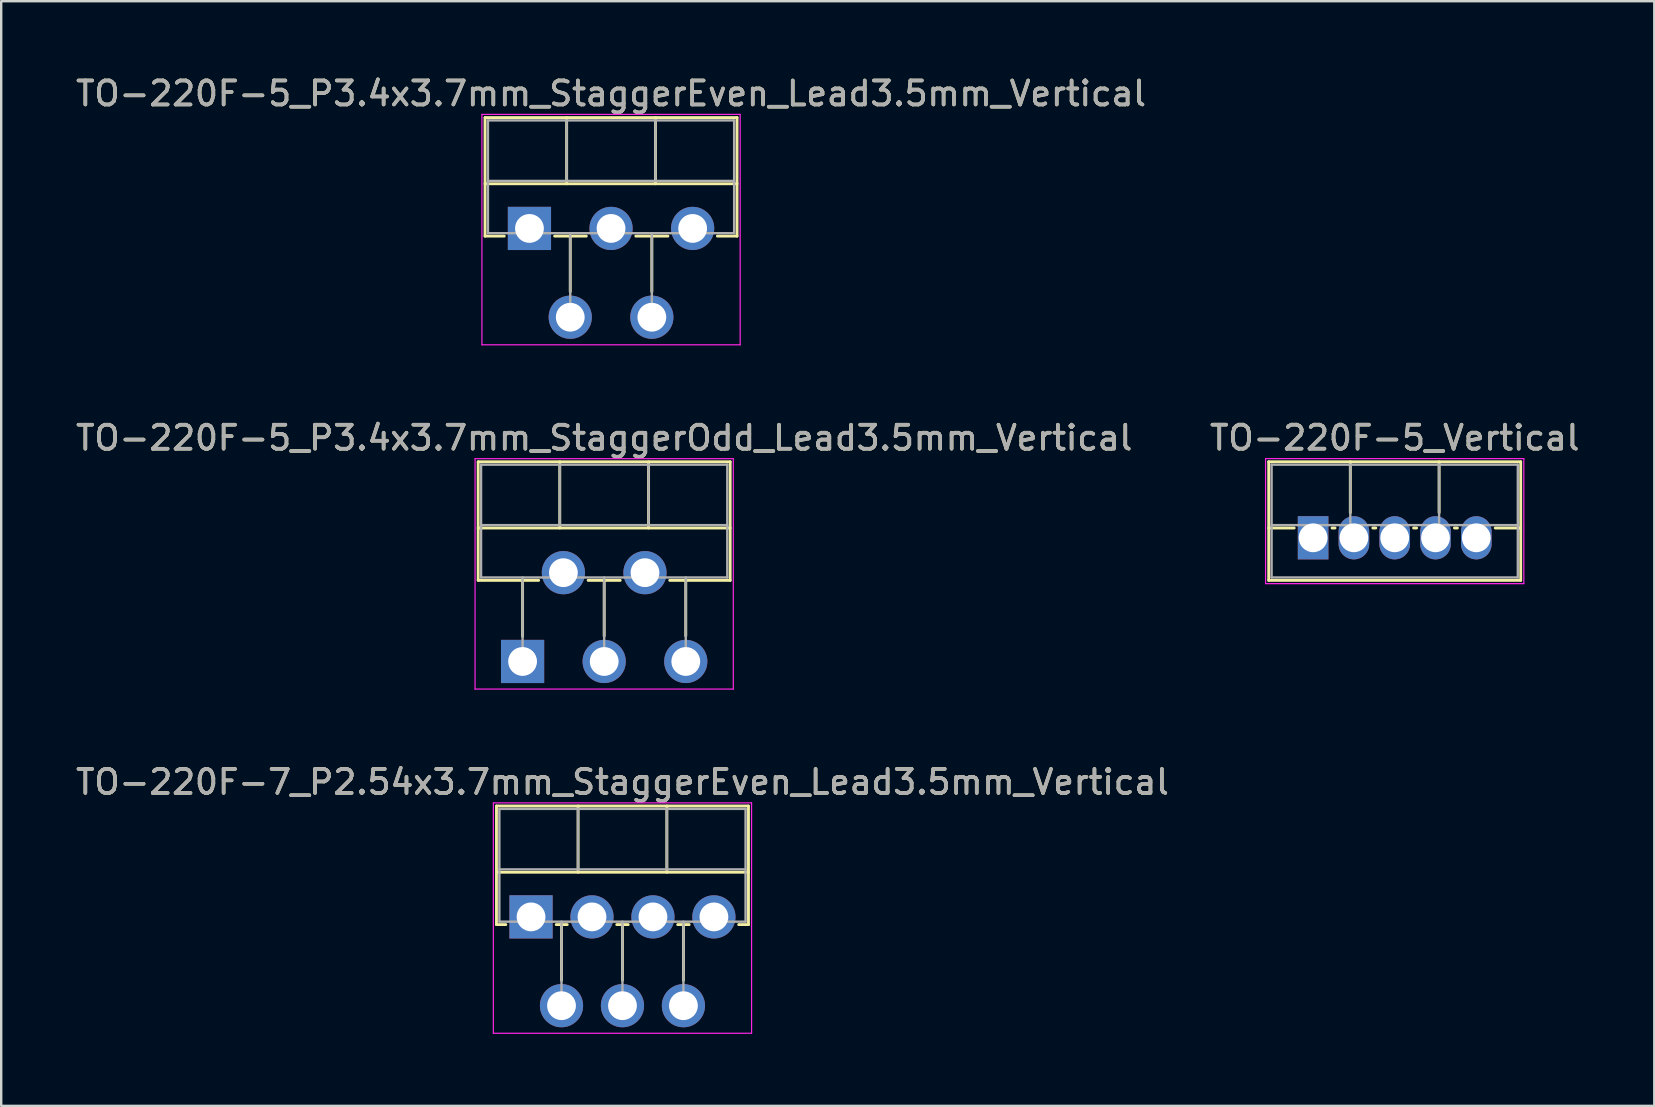
<source format=kicad_pcb>
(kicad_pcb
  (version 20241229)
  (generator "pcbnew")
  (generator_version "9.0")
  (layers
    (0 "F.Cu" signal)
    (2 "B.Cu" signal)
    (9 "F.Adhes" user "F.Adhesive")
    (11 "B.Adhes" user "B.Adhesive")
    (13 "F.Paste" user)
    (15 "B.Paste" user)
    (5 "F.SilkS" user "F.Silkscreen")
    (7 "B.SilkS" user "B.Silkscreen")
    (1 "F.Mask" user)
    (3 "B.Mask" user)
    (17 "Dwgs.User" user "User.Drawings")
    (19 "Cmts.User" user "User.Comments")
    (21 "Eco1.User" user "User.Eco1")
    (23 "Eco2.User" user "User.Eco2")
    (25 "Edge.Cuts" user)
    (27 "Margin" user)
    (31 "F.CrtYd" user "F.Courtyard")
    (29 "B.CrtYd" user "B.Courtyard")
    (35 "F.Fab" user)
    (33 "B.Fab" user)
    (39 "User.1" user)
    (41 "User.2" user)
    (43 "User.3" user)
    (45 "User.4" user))
  (footprint "TO-220F-5_P3.4x3.7mm_StaggerEven_Lead3.5mm_Vertical"
    (layer "F.Cu")
    (at 19.011 6.468)
    (property "Reference" "TO-220F-5_P3.4x3.7mm_StaggerEven_Lead3.5mm_Vertical" (at 3.4 -5.62 0) (layer "F.SilkS") (effects (font (size 1 1) (thickness 0.15))))
    (attr through_hole)
    (fp_line (start -1.85 -4.62) (end -1.85 0.321) (stroke (width 0.12) (type solid)) (layer "F.SilkS"))
    (fp_line (start -1.85 -4.62) (end 8.65 -4.62) (stroke (width 0.12) (type solid)) (layer "F.SilkS"))
    (fp_line (start -1.85 -1.861) (end 8.65 -1.861) (stroke (width 0.12) (type solid)) (layer "F.SilkS"))
    (fp_line (start -1.85 0.321) (end -1.05 0.321) (stroke (width 0.12) (type solid)) (layer "F.SilkS"))
    (fp_line (start 1.05 0.321) (end 2.369 0.321) (stroke (width 0.12) (type solid)) (layer "F.SilkS"))
    (fp_line (start 1.55 -4.62) (end 1.55 -1.861) (stroke (width 0.12) (type solid)) (layer "F.SilkS"))
    (fp_line (start 1.7 0.321) (end 1.7 2.635) (stroke (width 0.12) (type solid)) (layer "F.SilkS"))
    (fp_line (start 4.432 0.321) (end 5.769 0.321) (stroke (width 0.12) (type solid)) (layer "F.SilkS"))
    (fp_line (start 5.1 0.321) (end 5.1 2.635) (stroke (width 0.12) (type solid)) (layer "F.SilkS"))
    (fp_line (start 5.25 -4.62) (end 5.25 -1.861) (stroke (width 0.12) (type solid)) (layer "F.SilkS"))
    (fp_line (start 7.832 0.321) (end 8.65 0.321) (stroke (width 0.12) (type solid)) (layer "F.SilkS"))
    (fp_line (start 8.65 -4.62) (end 8.65 0.321) (stroke (width 0.12) (type solid)) (layer "F.SilkS"))
    (fp_line (start -1.98 -4.75) (end -1.98 4.85) (stroke (width 0.05) (type solid)) (layer "F.CrtYd"))
    (fp_line (start -1.98 4.85) (end 8.78 4.85) (stroke (width 0.05) (type solid)) (layer "F.CrtYd"))
    (fp_line (start 8.78 -4.75) (end -1.98 -4.75) (stroke (width 0.05) (type solid)) (layer "F.CrtYd"))
    (fp_line (start 8.78 4.85) (end 8.78 -4.75) (stroke (width 0.05) (type solid)) (layer "F.CrtYd"))
    (fp_line (start -1.73 -4.5) (end -1.73 0.2) (stroke (width 0.1) (type solid)) (layer "F.Fab"))
    (fp_line (start -1.73 -1.98) (end 8.53 -1.98) (stroke (width 0.1) (type solid)) (layer "F.Fab"))
    (fp_line (start -1.73 0.2) (end 8.53 0.2) (stroke (width 0.1) (type solid)) (layer "F.Fab"))
    (fp_line (start 1.55 -4.5) (end 1.55 -1.98) (stroke (width 0.1) (type solid)) (layer "F.Fab"))
    (fp_line (start 1.7 0.2) (end 1.7 3.7) (stroke (width 0.1) (type solid)) (layer "F.Fab"))
    (fp_line (start 5.1 0.2) (end 5.1 3.7) (stroke (width 0.1) (type solid)) (layer "F.Fab"))
    (fp_line (start 5.25 -4.5) (end 5.25 -1.98) (stroke (width 0.1) (type solid)) (layer "F.Fab"))
    (fp_line (start 8.53 -4.5) (end -1.73 -4.5) (stroke (width 0.1) (type solid)) (layer "F.Fab"))
    (fp_line (start 8.53 0.2) (end 8.53 -4.5) (stroke (width 0.1) (type solid)) (layer "F.Fab"))
    (fp_text user "${REFERENCE}" (at 3.4 -5.62 0) (layer "F.Fab") (effects (font (size 1 1) (thickness 0.15))))
    (pad "1" thru_hole rect (at 0 0) (size 1.8 1.8) (drill 1.2) (layers "*.Cu" "*.Mask"))
    (pad "2" thru_hole oval (at 1.7 3.7) (size 1.8 1.8) (drill 1.2) (layers "*.Cu" "*.Mask"))
    (pad "3" thru_hole oval (at 3.4 0) (size 1.8 1.8) (drill 1.2) (layers "*.Cu" "*.Mask"))
    (pad "4" thru_hole oval (at 5.1 3.7) (size 1.8 1.8) (drill 1.2) (layers "*.Cu" "*.Mask"))
    (pad "5" thru_hole oval (at 6.8 0) (size 1.8 1.8) (drill 1.2) (layers "*.Cu" "*.Mask")))
  (footprint "TO-220F-7_P2.54x3.7mm_StaggerEven_Lead3.5mm_Vertical"
    (layer "F.Cu")
    (at 19.077 35.155)
    (property "Reference" "TO-220F-7_P2.54x3.7mm_StaggerEven_Lead3.5mm_Vertical" (at 3.81 -5.62 0) (layer "F.SilkS") (effects (font (size 1 1) (thickness 0.15))))
    (attr through_hole)
    (fp_line (start -1.44 -4.62) (end -1.44 0.321) (stroke (width 0.12) (type solid)) (layer "F.SilkS"))
    (fp_line (start -1.44 -4.62) (end 9.06 -4.62) (stroke (width 0.12) (type solid)) (layer "F.SilkS"))
    (fp_line (start -1.44 -1.861) (end 9.06 -1.861) (stroke (width 0.12) (type solid)) (layer "F.SilkS"))
    (fp_line (start -1.44 0.321) (end -1.05 0.321) (stroke (width 0.12) (type solid)) (layer "F.SilkS"))
    (fp_line (start 1.05 0.321) (end 1.509 0.321) (stroke (width 0.12) (type solid)) (layer "F.SilkS"))
    (fp_line (start 1.27 0.321) (end 1.27 2.635) (stroke (width 0.12) (type solid)) (layer "F.SilkS"))
    (fp_line (start 1.96 -4.62) (end 1.96 -1.861) (stroke (width 0.12) (type solid)) (layer "F.SilkS"))
    (fp_line (start 3.572 0.321) (end 4.049 0.321) (stroke (width 0.12) (type solid)) (layer "F.SilkS"))
    (fp_line (start 3.81 0.321) (end 3.81 2.635) (stroke (width 0.12) (type solid)) (layer "F.SilkS"))
    (fp_line (start 5.66 -4.62) (end 5.66 -1.861) (stroke (width 0.12) (type solid)) (layer "F.SilkS"))
    (fp_line (start 6.112 0.321) (end 6.589 0.321) (stroke (width 0.12) (type solid)) (layer "F.SilkS"))
    (fp_line (start 6.35 0.321) (end 6.35 2.635) (stroke (width 0.12) (type solid)) (layer "F.SilkS"))
    (fp_line (start 8.652 0.321) (end 9.06 0.321) (stroke (width 0.12) (type solid)) (layer "F.SilkS"))
    (fp_line (start 9.06 -4.62) (end 9.06 0.321) (stroke (width 0.12) (type solid)) (layer "F.SilkS"))
    (fp_line (start -1.57 -4.75) (end -1.57 4.85) (stroke (width 0.05) (type solid)) (layer "F.CrtYd"))
    (fp_line (start -1.57 4.85) (end 9.19 4.85) (stroke (width 0.05) (type solid)) (layer "F.CrtYd"))
    (fp_line (start 9.19 -4.75) (end -1.57 -4.75) (stroke (width 0.05) (type solid)) (layer "F.CrtYd"))
    (fp_line (start 9.19 4.85) (end 9.19 -4.75) (stroke (width 0.05) (type solid)) (layer "F.CrtYd"))
    (fp_line (start -1.32 -4.5) (end -1.32 0.2) (stroke (width 0.1) (type solid)) (layer "F.Fab"))
    (fp_line (start -1.32 -1.98) (end 8.94 -1.98) (stroke (width 0.1) (type solid)) (layer "F.Fab"))
    (fp_line (start -1.32 0.2) (end 8.94 0.2) (stroke (width 0.1) (type solid)) (layer "F.Fab"))
    (fp_line (start 1.27 0.2) (end 1.27 3.7) (stroke (width 0.1) (type solid)) (layer "F.Fab"))
    (fp_line (start 1.96 -4.5) (end 1.96 -1.98) (stroke (width 0.1) (type solid)) (layer "F.Fab"))
    (fp_line (start 3.81 0.2) (end 3.81 3.7) (stroke (width 0.1) (type solid)) (layer "F.Fab"))
    (fp_line (start 5.66 -4.5) (end 5.66 -1.98) (stroke (width 0.1) (type solid)) (layer "F.Fab"))
    (fp_line (start 6.35 0.2) (end 6.35 3.7) (stroke (width 0.1) (type solid)) (layer "F.Fab"))
    (fp_line (start 8.94 -4.5) (end -1.32 -4.5) (stroke (width 0.1) (type solid)) (layer "F.Fab"))
    (fp_line (start 8.94 0.2) (end 8.94 -4.5) (stroke (width 0.1) (type solid)) (layer "F.Fab"))
    (fp_text user "${REFERENCE}" (at 3.81 -5.62 0) (layer "F.Fab") (effects (font (size 1 1) (thickness 0.15))))
    (pad "1" thru_hole rect (at 0 0) (size 1.8 1.8) (drill 1.2) (layers "*.Cu" "*.Mask"))
    (pad "2" thru_hole oval (at 1.27 3.7) (size 1.8 1.8) (drill 1.2) (layers "*.Cu" "*.Mask"))
    (pad "3" thru_hole oval (at 2.54 0) (size 1.8 1.8) (drill 1.2) (layers "*.Cu" "*.Mask"))
    (pad "4" thru_hole oval (at 3.81 3.7) (size 1.8 1.8) (drill 1.2) (layers "*.Cu" "*.Mask"))
    (pad "5" thru_hole oval (at 5.08 0) (size 1.8 1.8) (drill 1.2) (layers "*.Cu" "*.Mask"))
    (pad "6" thru_hole oval (at 6.35 3.7) (size 1.8 1.8) (drill 1.2) (layers "*.Cu" "*.Mask"))
    (pad "7" thru_hole oval (at 7.62 0) (size 1.8 1.8) (drill 1.2) (layers "*.Cu" "*.Mask")))
  (footprint "TO-220F-5_Vertical"
    (layer "F.Cu")
    (at 51.665 19.359)
    (property "Reference" "TO-220F-5_Vertical" (at 3.4 -4.168 0) (layer "F.SilkS") (effects (font (size 1 1) (thickness 0.15))))
    (attr through_hole)
    (fp_line (start -1.85 -3.168) (end -1.85 1.773) (stroke (width 0.12) (type solid)) (layer "F.SilkS"))
    (fp_line (start -1.85 -3.168) (end 8.65 -3.168) (stroke (width 0.12) (type solid)) (layer "F.SilkS"))
    (fp_line (start -1.85 -0.408) (end -0.788 -0.408) (stroke (width 0.12) (type solid)) (layer "F.SilkS"))
    (fp_line (start -1.85 1.773) (end 8.65 1.773) (stroke (width 0.12) (type solid)) (layer "F.SilkS"))
    (fp_line (start 0.788 -0.408) (end 0.913 -0.408) (stroke (width 0.12) (type solid)) (layer "F.SilkS"))
    (fp_line (start 1.55 -3.168) (end 1.55 -1.05) (stroke (width 0.12) (type solid)) (layer "F.SilkS"))
    (fp_line (start 2.488 -0.408) (end 2.613 -0.408) (stroke (width 0.12) (type solid)) (layer "F.SilkS"))
    (fp_line (start 4.188 -0.408) (end 4.313 -0.408) (stroke (width 0.12) (type solid)) (layer "F.SilkS"))
    (fp_line (start 5.25 -3.168) (end 5.25 -1.05) (stroke (width 0.12) (type solid)) (layer "F.SilkS"))
    (fp_line (start 5.888 -0.408) (end 6.013 -0.408) (stroke (width 0.12) (type solid)) (layer "F.SilkS"))
    (fp_line (start 7.588 -0.408) (end 8.65 -0.408) (stroke (width 0.12) (type solid)) (layer "F.SilkS"))
    (fp_line (start 8.65 -3.168) (end 8.65 1.773) (stroke (width 0.12) (type solid)) (layer "F.SilkS"))
    (fp_line (start -1.98 -3.3) (end -1.98 1.91) (stroke (width 0.05) (type solid)) (layer "F.CrtYd"))
    (fp_line (start -1.98 1.91) (end 8.78 1.91) (stroke (width 0.05) (type solid)) (layer "F.CrtYd"))
    (fp_line (start 8.78 -3.3) (end -1.98 -3.3) (stroke (width 0.05) (type solid)) (layer "F.CrtYd"))
    (fp_line (start 8.78 1.91) (end 8.78 -3.3) (stroke (width 0.05) (type solid)) (layer "F.CrtYd"))
    (fp_line (start -1.73 -3.047) (end -1.73 1.653) (stroke (width 0.1) (type solid)) (layer "F.Fab"))
    (fp_line (start -1.73 -0.527) (end 8.53 -0.527) (stroke (width 0.1) (type solid)) (layer "F.Fab"))
    (fp_line (start -1.73 1.653) (end 8.53 1.653) (stroke (width 0.1) (type solid)) (layer "F.Fab"))
    (fp_line (start 1.55 -3.047) (end 1.55 -0.527) (stroke (width 0.1) (type solid)) (layer "F.Fab"))
    (fp_line (start 5.25 -3.047) (end 5.25 -0.527) (stroke (width 0.1) (type solid)) (layer "F.Fab"))
    (fp_line (start 8.53 -3.047) (end -1.73 -3.047) (stroke (width 0.1) (type solid)) (layer "F.Fab"))
    (fp_line (start 8.53 1.653) (end 8.53 -3.047) (stroke (width 0.1) (type solid)) (layer "F.Fab"))
    (fp_text user "${REFERENCE}" (at 3.4 -4.168 0) (layer "F.Fab") (effects (font (size 1 1) (thickness 0.15))))
    (pad "1" thru_hole rect (at 0 0) (size 1.275 1.8) (drill 1.2) (layers "*.Cu" "*.Mask"))
    (pad "2" thru_hole oval (at 1.7 0) (size 1.275 1.8) (drill 1.2) (layers "*.Cu" "*.Mask"))
    (pad "3" thru_hole oval (at 3.4 0) (size 1.275 1.8) (drill 1.2) (layers "*.Cu" "*.Mask"))
    (pad "4" thru_hole oval (at 5.1 0) (size 1.275 1.8) (drill 1.2) (layers "*.Cu" "*.Mask"))
    (pad "5" thru_hole oval (at 6.8 0) (size 1.275 1.8) (drill 1.2) (layers "*.Cu" "*.Mask")))
  (footprint "TO-220F-5_P3.4x3.7mm_StaggerOdd_Lead3.5mm_Vertical"
    (layer "F.Cu")
    (at 18.725 24.512)
    (property "Reference" "TO-220F-5_P3.4x3.7mm_StaggerOdd_Lead3.5mm_Vertical" (at 3.4 -9.32 0) (layer "F.SilkS") (effects (font (size 1 1) (thickness 0.15))))
    (attr through_hole)
    (fp_line (start -1.85 -8.32) (end -1.85 -3.379) (stroke (width 0.12) (type solid)) (layer "F.SilkS"))
    (fp_line (start -1.85 -8.32) (end 8.65 -8.32) (stroke (width 0.12) (type solid)) (layer "F.SilkS"))
    (fp_line (start -1.85 -5.561) (end 8.65 -5.561) (stroke (width 0.12) (type solid)) (layer "F.SilkS"))
    (fp_line (start -1.85 -3.379) (end 0.669 -3.379) (stroke (width 0.12) (type solid)) (layer "F.SilkS"))
    (fp_line (start 0 -3.379) (end 0 -1.049) (stroke (width 0.12) (type solid)) (layer "F.SilkS"))
    (fp_line (start 1.55 -8.32) (end 1.55 -5.561) (stroke (width 0.12) (type solid)) (layer "F.SilkS"))
    (fp_line (start 2.732 -3.379) (end 4.069 -3.379) (stroke (width 0.12) (type solid)) (layer "F.SilkS"))
    (fp_line (start 3.4 -3.379) (end 3.4 -1.065) (stroke (width 0.12) (type solid)) (layer "F.SilkS"))
    (fp_line (start 5.25 -8.32) (end 5.25 -5.561) (stroke (width 0.12) (type solid)) (layer "F.SilkS"))
    (fp_line (start 6.132 -3.379) (end 8.65 -3.379) (stroke (width 0.12) (type solid)) (layer "F.SilkS"))
    (fp_line (start 6.8 -3.379) (end 6.8 -1.065) (stroke (width 0.12) (type solid)) (layer "F.SilkS"))
    (fp_line (start 8.65 -8.32) (end 8.65 -3.379) (stroke (width 0.12) (type solid)) (layer "F.SilkS"))
    (fp_line (start -1.98 -8.45) (end -1.98 1.15) (stroke (width 0.05) (type solid)) (layer "F.CrtYd"))
    (fp_line (start -1.98 1.15) (end 8.78 1.15) (stroke (width 0.05) (type solid)) (layer "F.CrtYd"))
    (fp_line (start 8.78 -8.45) (end -1.98 -8.45) (stroke (width 0.05) (type solid)) (layer "F.CrtYd"))
    (fp_line (start 8.78 1.15) (end 8.78 -8.45) (stroke (width 0.05) (type solid)) (layer "F.CrtYd"))
    (fp_line (start -1.73 -8.2) (end -1.73 -3.5) (stroke (width 0.1) (type solid)) (layer "F.Fab"))
    (fp_line (start -1.73 -5.68) (end 8.53 -5.68) (stroke (width 0.1) (type solid)) (layer "F.Fab"))
    (fp_line (start -1.73 -3.5) (end 8.53 -3.5) (stroke (width 0.1) (type solid)) (layer "F.Fab"))
    (fp_line (start 0 -3.5) (end 0 0) (stroke (width 0.1) (type solid)) (layer "F.Fab"))
    (fp_line (start 1.55 -8.2) (end 1.55 -5.68) (stroke (width 0.1) (type solid)) (layer "F.Fab"))
    (fp_line (start 3.4 -3.5) (end 3.4 0) (stroke (width 0.1) (type solid)) (layer "F.Fab"))
    (fp_line (start 5.25 -8.2) (end 5.25 -5.68) (stroke (width 0.1) (type solid)) (layer "F.Fab"))
    (fp_line (start 6.8 -3.5) (end 6.8 0) (stroke (width 0.1) (type solid)) (layer "F.Fab"))
    (fp_line (start 8.53 -8.2) (end -1.73 -8.2) (stroke (width 0.1) (type solid)) (layer "F.Fab"))
    (fp_line (start 8.53 -3.5) (end 8.53 -8.2) (stroke (width 0.1) (type solid)) (layer "F.Fab"))
    (fp_text user "${REFERENCE}" (at 3.4 -9.32 0) (layer "F.Fab") (effects (font (size 1 1) (thickness 0.15))))
    (pad "1" thru_hole rect (at 0 0) (size 1.8 1.8) (drill 1.2) (layers "*.Cu" "*.Mask"))
    (pad "2" thru_hole oval (at 1.7 -3.7) (size 1.8 1.8) (drill 1.2) (layers "*.Cu" "*.Mask"))
    (pad "3" thru_hole oval (at 3.4 0) (size 1.8 1.8) (drill 1.2) (layers "*.Cu" "*.Mask"))
    (pad "4" thru_hole oval (at 5.1 -3.7) (size 1.8 1.8) (drill 1.2) (layers "*.Cu" "*.Mask"))
    (pad "5" thru_hole oval (at 6.8 0) (size 1.8 1.8) (drill 1.2) (layers "*.Cu" "*.Mask")))
  (gr_rect
    (start -3 -3)
    (end 65.881 43.03)
    (stroke (width 0.1) (type default))
    (fill no)
    (layer "Edge.Cuts")))
</source>
